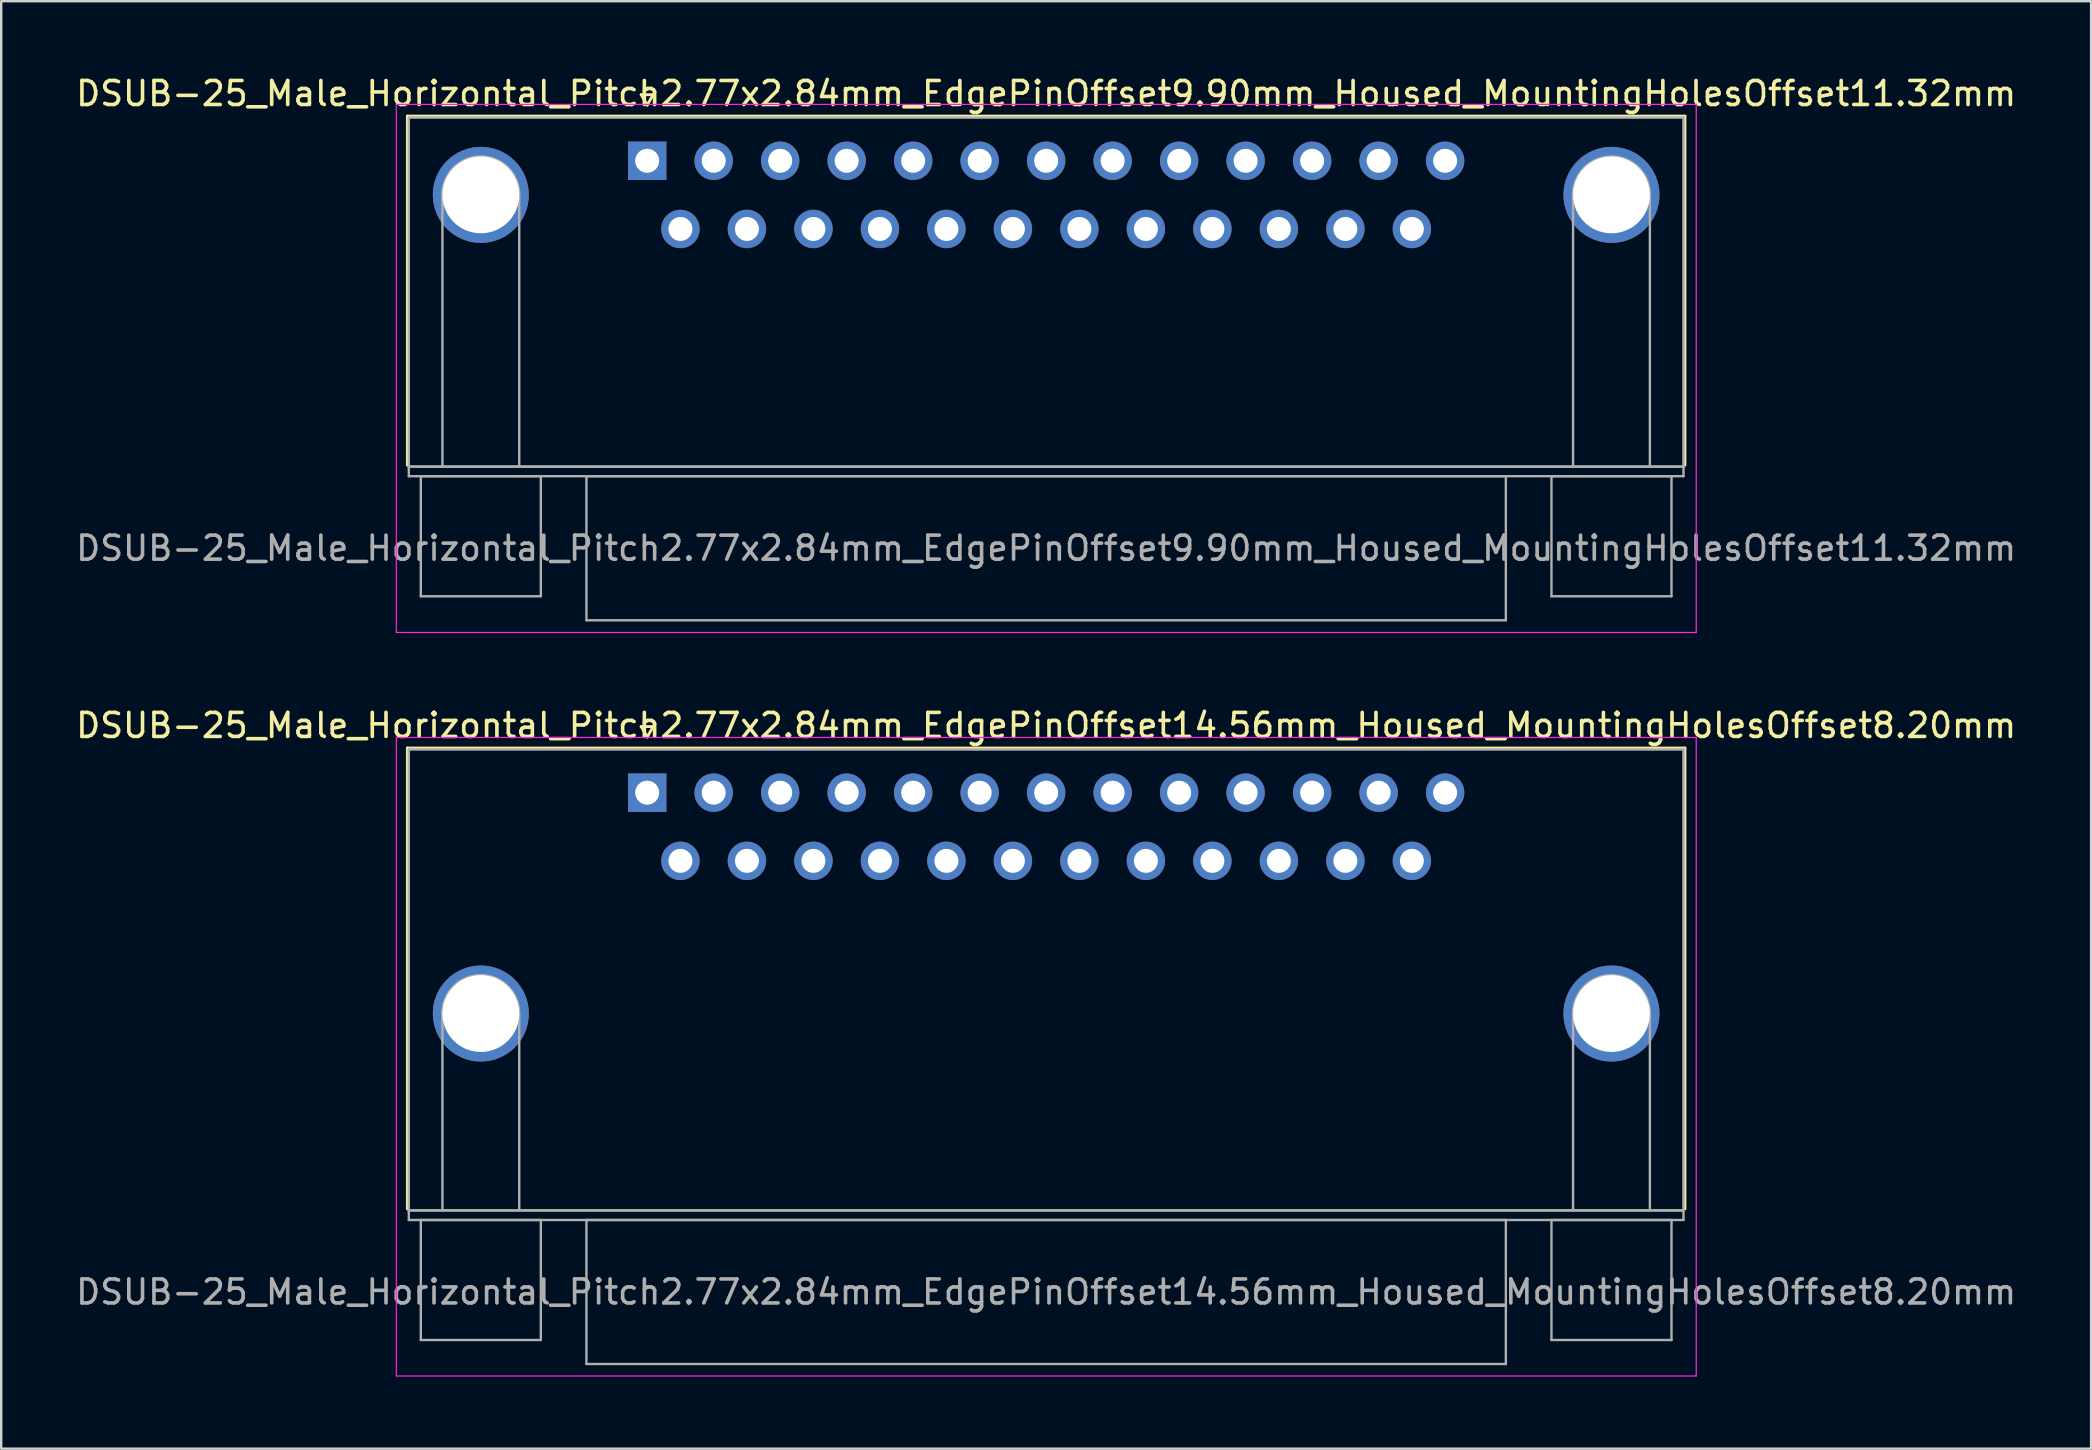
<source format=kicad_pcb>
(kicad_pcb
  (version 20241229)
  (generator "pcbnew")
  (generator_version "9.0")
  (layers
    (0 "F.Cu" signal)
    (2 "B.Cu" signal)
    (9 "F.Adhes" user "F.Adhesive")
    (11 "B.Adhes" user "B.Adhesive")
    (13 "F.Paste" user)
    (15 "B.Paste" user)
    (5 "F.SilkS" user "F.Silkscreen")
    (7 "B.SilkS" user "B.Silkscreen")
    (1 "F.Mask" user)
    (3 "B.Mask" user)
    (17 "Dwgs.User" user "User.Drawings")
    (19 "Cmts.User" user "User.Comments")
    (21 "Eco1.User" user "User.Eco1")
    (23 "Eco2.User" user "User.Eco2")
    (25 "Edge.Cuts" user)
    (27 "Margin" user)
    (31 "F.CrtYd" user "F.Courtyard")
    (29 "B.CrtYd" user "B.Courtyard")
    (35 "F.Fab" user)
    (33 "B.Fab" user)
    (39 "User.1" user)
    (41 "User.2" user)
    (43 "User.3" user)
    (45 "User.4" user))
  (footprint "DSUB-25_Male_Horizontal_Pitch2.77x2.84mm_EdgePinOffset9.90mm_Housed_MountingHolesOffset11.32mm"
    (layer "F.Cu")
    (at 23.91 3.648)
    (property "Reference" "DSUB-25_Male_Horizontal_Pitch2.77x2.84mm_EdgePinOffset9.90mm_Housed_MountingHolesOffset11.32mm" (at 16.62 -2.8 0) (layer "F.SilkS") (effects (font (size 1 1) (thickness 0.15))))
    (attr through_hole)
    (fp_line (start -9.99 -1.86) (end 43.23 -1.86) (stroke (width 0.12) (type solid)) (layer "F.SilkS"))
    (fp_line (start -9.99 12.68) (end -9.99 -1.86) (stroke (width 0.12) (type solid)) (layer "F.SilkS"))
    (fp_line (start -0.25 -2.754) (end 0.25 -2.754) (stroke (width 0.12) (type solid)) (layer "F.SilkS"))
    (fp_line (start 0 -2.321) (end -0.25 -2.754) (stroke (width 0.12) (type solid)) (layer "F.SilkS"))
    (fp_line (start 0.25 -2.754) (end 0 -2.321) (stroke (width 0.12) (type solid)) (layer "F.SilkS"))
    (fp_line (start 43.23 -1.86) (end 43.23 12.68) (stroke (width 0.12) (type solid)) (layer "F.SilkS"))
    (fp_line (start -10.45 -2.35) (end -10.45 19.65) (stroke (width 0.05) (type solid)) (layer "F.CrtYd"))
    (fp_line (start -10.45 19.65) (end 43.7 19.65) (stroke (width 0.05) (type solid)) (layer "F.CrtYd"))
    (fp_line (start 43.7 -2.35) (end -10.45 -2.35) (stroke (width 0.05) (type solid)) (layer "F.CrtYd"))
    (fp_line (start 43.7 19.65) (end 43.7 -2.35) (stroke (width 0.05) (type solid)) (layer "F.CrtYd"))
    (fp_line (start -9.93 -1.8) (end -9.93 12.74) (stroke (width 0.1) (type solid)) (layer "F.Fab"))
    (fp_line (start -9.93 12.74) (end -9.93 13.14) (stroke (width 0.1) (type solid)) (layer "F.Fab"))
    (fp_line (start -9.93 12.74) (end 43.17 12.74) (stroke (width 0.1) (type solid)) (layer "F.Fab"))
    (fp_line (start -9.93 13.14) (end 43.17 13.14) (stroke (width 0.1) (type solid)) (layer "F.Fab"))
    (fp_line (start -9.43 13.14) (end -9.43 18.14) (stroke (width 0.1) (type solid)) (layer "F.Fab"))
    (fp_line (start -9.43 18.14) (end -4.43 18.14) (stroke (width 0.1) (type solid)) (layer "F.Fab"))
    (fp_line (start -8.53 12.74) (end -8.53 1.42) (stroke (width 0.1) (type solid)) (layer "F.Fab"))
    (fp_line (start -5.33 12.74) (end -5.33 1.42) (stroke (width 0.1) (type solid)) (layer "F.Fab"))
    (fp_line (start -4.43 13.14) (end -9.43 13.14) (stroke (width 0.1) (type solid)) (layer "F.Fab"))
    (fp_line (start -4.43 18.14) (end -4.43 13.14) (stroke (width 0.1) (type solid)) (layer "F.Fab"))
    (fp_line (start -2.53 13.14) (end -2.53 19.14) (stroke (width 0.1) (type solid)) (layer "F.Fab"))
    (fp_line (start -2.53 19.14) (end 35.77 19.14) (stroke (width 0.1) (type solid)) (layer "F.Fab"))
    (fp_line (start 35.77 13.14) (end -2.53 13.14) (stroke (width 0.1) (type solid)) (layer "F.Fab"))
    (fp_line (start 35.77 19.14) (end 35.77 13.14) (stroke (width 0.1) (type solid)) (layer "F.Fab"))
    (fp_line (start 37.67 13.14) (end 37.67 18.14) (stroke (width 0.1) (type solid)) (layer "F.Fab"))
    (fp_line (start 37.67 18.14) (end 42.67 18.14) (stroke (width 0.1) (type solid)) (layer "F.Fab"))
    (fp_line (start 38.57 12.74) (end 38.57 1.42) (stroke (width 0.1) (type solid)) (layer "F.Fab"))
    (fp_line (start 41.77 12.74) (end 41.77 1.42) (stroke (width 0.1) (type solid)) (layer "F.Fab"))
    (fp_line (start 42.67 13.14) (end 37.67 13.14) (stroke (width 0.1) (type solid)) (layer "F.Fab"))
    (fp_line (start 42.67 18.14) (end 42.67 13.14) (stroke (width 0.1) (type solid)) (layer "F.Fab"))
    (fp_line (start 43.17 -1.8) (end -9.93 -1.8) (stroke (width 0.1) (type solid)) (layer "F.Fab"))
    (fp_line (start 43.17 12.74) (end -9.93 12.74) (stroke (width 0.1) (type solid)) (layer "F.Fab"))
    (fp_line (start 43.17 12.74) (end 43.17 -1.8) (stroke (width 0.1) (type solid)) (layer "F.Fab"))
    (fp_line (start 43.17 13.14) (end 43.17 12.74) (stroke (width 0.1) (type solid)) (layer "F.Fab"))
    (fp_arc (start -8.53 1.42) (mid -6.93 -0.18) (end -5.33 1.42) (stroke (width 0.1) (type solid)) (layer "F.Fab"))
    (fp_arc (start 38.57 1.42) (mid 40.17 -0.18) (end 41.77 1.42) (stroke (width 0.1) (type solid)) (layer "F.Fab"))
    (fp_text user "${REFERENCE}" (at 16.62 16.14 0) (layer "F.Fab") (effects (font (size 1 1) (thickness 0.15))))
    (pad "0" thru_hole circle (at -6.93 1.42) (size 4 4) (drill 3.2) (layers "*.Cu" "*.Mask"))
    (pad "0" thru_hole circle (at 40.17 1.42) (size 4 4) (drill 3.2) (layers "*.Cu" "*.Mask"))
    (pad "1" thru_hole rect (at 0 0) (size 1.6 1.6) (drill 1) (layers "*.Cu" "*.Mask"))
    (pad "2" thru_hole circle (at 2.77 0) (size 1.6 1.6) (drill 1) (layers "*.Cu" "*.Mask"))
    (pad "3" thru_hole circle (at 5.54 0) (size 1.6 1.6) (drill 1) (layers "*.Cu" "*.Mask"))
    (pad "4" thru_hole circle (at 8.31 0) (size 1.6 1.6) (drill 1) (layers "*.Cu" "*.Mask"))
    (pad "5" thru_hole circle (at 11.08 0) (size 1.6 1.6) (drill 1) (layers "*.Cu" "*.Mask"))
    (pad "6" thru_hole circle (at 13.85 0) (size 1.6 1.6) (drill 1) (layers "*.Cu" "*.Mask"))
    (pad "7" thru_hole circle (at 16.62 0) (size 1.6 1.6) (drill 1) (layers "*.Cu" "*.Mask"))
    (pad "8" thru_hole circle (at 19.39 0) (size 1.6 1.6) (drill 1) (layers "*.Cu" "*.Mask"))
    (pad "9" thru_hole circle (at 22.16 0) (size 1.6 1.6) (drill 1) (layers "*.Cu" "*.Mask"))
    (pad "10" thru_hole circle (at 24.93 0) (size 1.6 1.6) (drill 1) (layers "*.Cu" "*.Mask"))
    (pad "11" thru_hole circle (at 27.7 0) (size 1.6 1.6) (drill 1) (layers "*.Cu" "*.Mask"))
    (pad "12" thru_hole circle (at 30.47 0) (size 1.6 1.6) (drill 1) (layers "*.Cu" "*.Mask"))
    (pad "13" thru_hole circle (at 33.24 0) (size 1.6 1.6) (drill 1) (layers "*.Cu" "*.Mask"))
    (pad "14" thru_hole circle (at 1.385 2.84) (size 1.6 1.6) (drill 1) (layers "*.Cu" "*.Mask"))
    (pad "15" thru_hole circle (at 4.155 2.84) (size 1.6 1.6) (drill 1) (layers "*.Cu" "*.Mask"))
    (pad "16" thru_hole circle (at 6.925 2.84) (size 1.6 1.6) (drill 1) (layers "*.Cu" "*.Mask"))
    (pad "17" thru_hole circle (at 9.695 2.84) (size 1.6 1.6) (drill 1) (layers "*.Cu" "*.Mask"))
    (pad "18" thru_hole circle (at 12.465 2.84) (size 1.6 1.6) (drill 1) (layers "*.Cu" "*.Mask"))
    (pad "19" thru_hole circle (at 15.235 2.84) (size 1.6 1.6) (drill 1) (layers "*.Cu" "*.Mask"))
    (pad "20" thru_hole circle (at 18.005 2.84) (size 1.6 1.6) (drill 1) (layers "*.Cu" "*.Mask"))
    (pad "21" thru_hole circle (at 20.775 2.84) (size 1.6 1.6) (drill 1) (layers "*.Cu" "*.Mask"))
    (pad "22" thru_hole circle (at 23.545 2.84) (size 1.6 1.6) (drill 1) (layers "*.Cu" "*.Mask"))
    (pad "23" thru_hole circle (at 26.315 2.84) (size 1.6 1.6) (drill 1) (layers "*.Cu" "*.Mask"))
    (pad "24" thru_hole circle (at 29.085 2.84) (size 1.6 1.6) (drill 1) (layers "*.Cu" "*.Mask"))
    (pad "25" thru_hole circle (at 31.855 2.84) (size 1.6 1.6) (drill 1) (layers "*.Cu" "*.Mask")))
  (footprint "DSUB-25_Male_Horizontal_Pitch2.77x2.84mm_EdgePinOffset14.56mm_Housed_MountingHolesOffset8.20mm"
    (layer "F.Cu")
    (at 23.91 29.971)
    (property "Reference" "DSUB-25_Male_Horizontal_Pitch2.77x2.84mm_EdgePinOffset14.56mm_Housed_MountingHolesOffset8.20mm" (at 16.62 -2.8 0) (layer "F.SilkS") (effects (font (size 1 1) (thickness 0.15))))
    (attr through_hole)
    (fp_line (start -9.99 -1.86) (end 43.23 -1.86) (stroke (width 0.12) (type solid)) (layer "F.SilkS"))
    (fp_line (start -9.99 17.34) (end -9.99 -1.86) (stroke (width 0.12) (type solid)) (layer "F.SilkS"))
    (fp_line (start -0.25 -2.754) (end 0.25 -2.754) (stroke (width 0.12) (type solid)) (layer "F.SilkS"))
    (fp_line (start 0 -2.321) (end -0.25 -2.754) (stroke (width 0.12) (type solid)) (layer "F.SilkS"))
    (fp_line (start 0.25 -2.754) (end 0 -2.321) (stroke (width 0.12) (type solid)) (layer "F.SilkS"))
    (fp_line (start 43.23 -1.86) (end 43.23 17.34) (stroke (width 0.12) (type solid)) (layer "F.SilkS"))
    (fp_line (start -10.45 -2.3) (end -10.45 24.3) (stroke (width 0.05) (type solid)) (layer "F.CrtYd"))
    (fp_line (start -10.45 24.3) (end 43.7 24.3) (stroke (width 0.05) (type solid)) (layer "F.CrtYd"))
    (fp_line (start 43.7 -2.3) (end -10.45 -2.3) (stroke (width 0.05) (type solid)) (layer "F.CrtYd"))
    (fp_line (start 43.7 24.3) (end 43.7 -2.3) (stroke (width 0.05) (type solid)) (layer "F.CrtYd"))
    (fp_line (start -9.93 -1.8) (end -9.93 17.4) (stroke (width 0.1) (type solid)) (layer "F.Fab"))
    (fp_line (start -9.93 17.4) (end -9.93 17.8) (stroke (width 0.1) (type solid)) (layer "F.Fab"))
    (fp_line (start -9.93 17.4) (end 43.17 17.4) (stroke (width 0.1) (type solid)) (layer "F.Fab"))
    (fp_line (start -9.93 17.8) (end 43.17 17.8) (stroke (width 0.1) (type solid)) (layer "F.Fab"))
    (fp_line (start -9.43 17.8) (end -9.43 22.8) (stroke (width 0.1) (type solid)) (layer "F.Fab"))
    (fp_line (start -9.43 22.8) (end -4.43 22.8) (stroke (width 0.1) (type solid)) (layer "F.Fab"))
    (fp_line (start -8.53 17.4) (end -8.53 9.2) (stroke (width 0.1) (type solid)) (layer "F.Fab"))
    (fp_line (start -5.33 17.4) (end -5.33 9.2) (stroke (width 0.1) (type solid)) (layer "F.Fab"))
    (fp_line (start -4.43 17.8) (end -9.43 17.8) (stroke (width 0.1) (type solid)) (layer "F.Fab"))
    (fp_line (start -4.43 22.8) (end -4.43 17.8) (stroke (width 0.1) (type solid)) (layer "F.Fab"))
    (fp_line (start -2.53 17.8) (end -2.53 23.8) (stroke (width 0.1) (type solid)) (layer "F.Fab"))
    (fp_line (start -2.53 23.8) (end 35.77 23.8) (stroke (width 0.1) (type solid)) (layer "F.Fab"))
    (fp_line (start 35.77 17.8) (end -2.53 17.8) (stroke (width 0.1) (type solid)) (layer "F.Fab"))
    (fp_line (start 35.77 23.8) (end 35.77 17.8) (stroke (width 0.1) (type solid)) (layer "F.Fab"))
    (fp_line (start 37.67 17.8) (end 37.67 22.8) (stroke (width 0.1) (type solid)) (layer "F.Fab"))
    (fp_line (start 37.67 22.8) (end 42.67 22.8) (stroke (width 0.1) (type solid)) (layer "F.Fab"))
    (fp_line (start 38.57 17.4) (end 38.57 9.2) (stroke (width 0.1) (type solid)) (layer "F.Fab"))
    (fp_line (start 41.77 17.4) (end 41.77 9.2) (stroke (width 0.1) (type solid)) (layer "F.Fab"))
    (fp_line (start 42.67 17.8) (end 37.67 17.8) (stroke (width 0.1) (type solid)) (layer "F.Fab"))
    (fp_line (start 42.67 22.8) (end 42.67 17.8) (stroke (width 0.1) (type solid)) (layer "F.Fab"))
    (fp_line (start 43.17 -1.8) (end -9.93 -1.8) (stroke (width 0.1) (type solid)) (layer "F.Fab"))
    (fp_line (start 43.17 17.4) (end -9.93 17.4) (stroke (width 0.1) (type solid)) (layer "F.Fab"))
    (fp_line (start 43.17 17.4) (end 43.17 -1.8) (stroke (width 0.1) (type solid)) (layer "F.Fab"))
    (fp_line (start 43.17 17.8) (end 43.17 17.4) (stroke (width 0.1) (type solid)) (layer "F.Fab"))
    (fp_arc (start -8.53 9.2) (mid -6.93 7.6) (end -5.33 9.2) (stroke (width 0.1) (type solid)) (layer "F.Fab"))
    (fp_arc (start 38.57 9.2) (mid 40.17 7.6) (end 41.77 9.2) (stroke (width 0.1) (type solid)) (layer "F.Fab"))
    (fp_text user "${REFERENCE}" (at 16.62 20.8 0) (layer "F.Fab") (effects (font (size 1 1) (thickness 0.15))))
    (pad "0" thru_hole circle (at -6.93 9.2) (size 4 4) (drill 3.2) (layers "*.Cu" "*.Mask"))
    (pad "0" thru_hole circle (at 40.17 9.2) (size 4 4) (drill 3.2) (layers "*.Cu" "*.Mask"))
    (pad "1" thru_hole rect (at 0 0) (size 1.6 1.6) (drill 1) (layers "*.Cu" "*.Mask"))
    (pad "2" thru_hole circle (at 2.77 0) (size 1.6 1.6) (drill 1) (layers "*.Cu" "*.Mask"))
    (pad "3" thru_hole circle (at 5.54 0) (size 1.6 1.6) (drill 1) (layers "*.Cu" "*.Mask"))
    (pad "4" thru_hole circle (at 8.31 0) (size 1.6 1.6) (drill 1) (layers "*.Cu" "*.Mask"))
    (pad "5" thru_hole circle (at 11.08 0) (size 1.6 1.6) (drill 1) (layers "*.Cu" "*.Mask"))
    (pad "6" thru_hole circle (at 13.85 0) (size 1.6 1.6) (drill 1) (layers "*.Cu" "*.Mask"))
    (pad "7" thru_hole circle (at 16.62 0) (size 1.6 1.6) (drill 1) (layers "*.Cu" "*.Mask"))
    (pad "8" thru_hole circle (at 19.39 0) (size 1.6 1.6) (drill 1) (layers "*.Cu" "*.Mask"))
    (pad "9" thru_hole circle (at 22.16 0) (size 1.6 1.6) (drill 1) (layers "*.Cu" "*.Mask"))
    (pad "10" thru_hole circle (at 24.93 0) (size 1.6 1.6) (drill 1) (layers "*.Cu" "*.Mask"))
    (pad "11" thru_hole circle (at 27.7 0) (size 1.6 1.6) (drill 1) (layers "*.Cu" "*.Mask"))
    (pad "12" thru_hole circle (at 30.47 0) (size 1.6 1.6) (drill 1) (layers "*.Cu" "*.Mask"))
    (pad "13" thru_hole circle (at 33.24 0) (size 1.6 1.6) (drill 1) (layers "*.Cu" "*.Mask"))
    (pad "14" thru_hole circle (at 1.385 2.84) (size 1.6 1.6) (drill 1) (layers "*.Cu" "*.Mask"))
    (pad "15" thru_hole circle (at 4.155 2.84) (size 1.6 1.6) (drill 1) (layers "*.Cu" "*.Mask"))
    (pad "16" thru_hole circle (at 6.925 2.84) (size 1.6 1.6) (drill 1) (layers "*.Cu" "*.Mask"))
    (pad "17" thru_hole circle (at 9.695 2.84) (size 1.6 1.6) (drill 1) (layers "*.Cu" "*.Mask"))
    (pad "18" thru_hole circle (at 12.465 2.84) (size 1.6 1.6) (drill 1) (layers "*.Cu" "*.Mask"))
    (pad "19" thru_hole circle (at 15.235 2.84) (size 1.6 1.6) (drill 1) (layers "*.Cu" "*.Mask"))
    (pad "20" thru_hole circle (at 18.005 2.84) (size 1.6 1.6) (drill 1) (layers "*.Cu" "*.Mask"))
    (pad "21" thru_hole circle (at 20.775 2.84) (size 1.6 1.6) (drill 1) (layers "*.Cu" "*.Mask"))
    (pad "22" thru_hole circle (at 23.545 2.84) (size 1.6 1.6) (drill 1) (layers "*.Cu" "*.Mask"))
    (pad "23" thru_hole circle (at 26.315 2.84) (size 1.6 1.6) (drill 1) (layers "*.Cu" "*.Mask"))
    (pad "24" thru_hole circle (at 29.085 2.84) (size 1.6 1.6) (drill 1) (layers "*.Cu" "*.Mask"))
    (pad "25" thru_hole circle (at 31.855 2.84) (size 1.6 1.6) (drill 1) (layers "*.Cu" "*.Mask")))
  (gr_rect
    (start -3 -3)
    (end 84.06 57.297)
    (stroke (width 0.1) (type default))
    (fill no)
    (layer "Edge.Cuts")))
</source>
